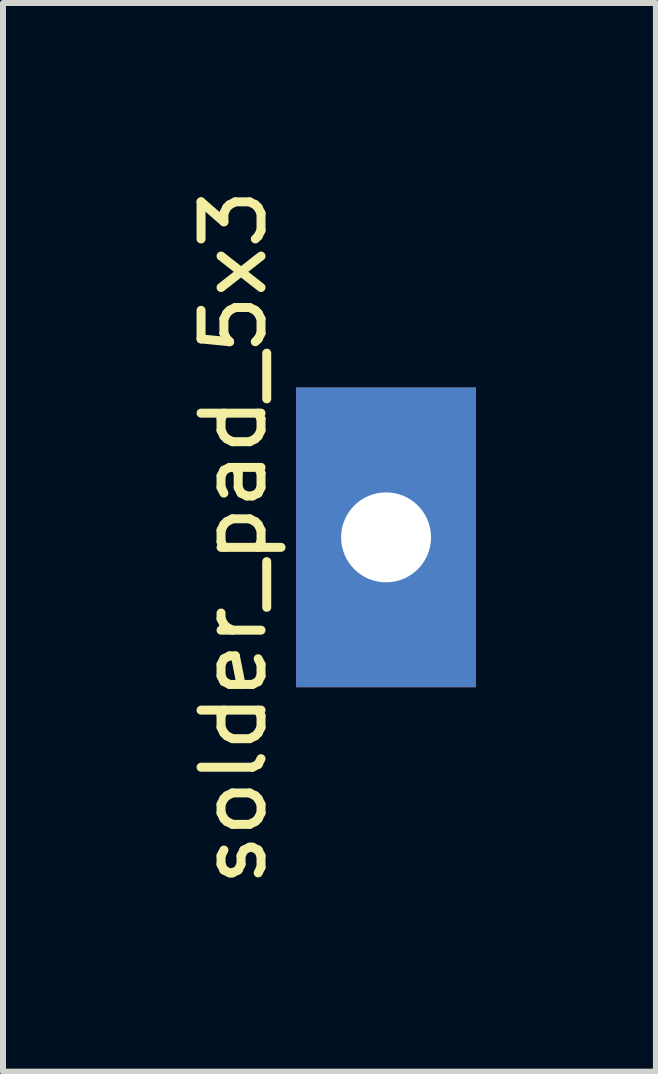
<source format=kicad_pcb>
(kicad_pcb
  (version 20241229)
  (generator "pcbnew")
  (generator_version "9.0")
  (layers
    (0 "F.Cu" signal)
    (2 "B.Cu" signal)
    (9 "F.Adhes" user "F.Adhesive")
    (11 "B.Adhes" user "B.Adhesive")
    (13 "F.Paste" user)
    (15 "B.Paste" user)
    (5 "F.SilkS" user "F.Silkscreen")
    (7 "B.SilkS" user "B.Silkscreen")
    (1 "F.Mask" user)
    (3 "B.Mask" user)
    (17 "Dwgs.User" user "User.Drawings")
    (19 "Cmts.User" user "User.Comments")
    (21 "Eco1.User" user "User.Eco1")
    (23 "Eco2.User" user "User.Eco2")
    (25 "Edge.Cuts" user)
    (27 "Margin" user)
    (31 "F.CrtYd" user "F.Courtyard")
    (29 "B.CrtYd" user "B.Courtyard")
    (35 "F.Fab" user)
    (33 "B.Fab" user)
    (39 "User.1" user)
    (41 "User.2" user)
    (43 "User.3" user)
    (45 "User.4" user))
  (footprint "solder_pad_5x3"
    (layer "F.Cu")
    (at 3.388 5.911)
    (property "Reference" "solder_pad_5x3" (at -2.54 0 90) (layer "F.SilkS") (effects (font (size 1 1) (thickness 0.15))))
    (attr through_hole)
    (pad "1" thru_hole rect (at 0 0) (size 3 5) (drill 1.5) (layers "*.Cu" "*.Mask")))
  (gr_rect
    (start -3 -3)
    (end 7.888 14.821)
    (stroke (width 0.1) (type default))
    (fill no)
    (layer "Edge.Cuts")))
</source>
